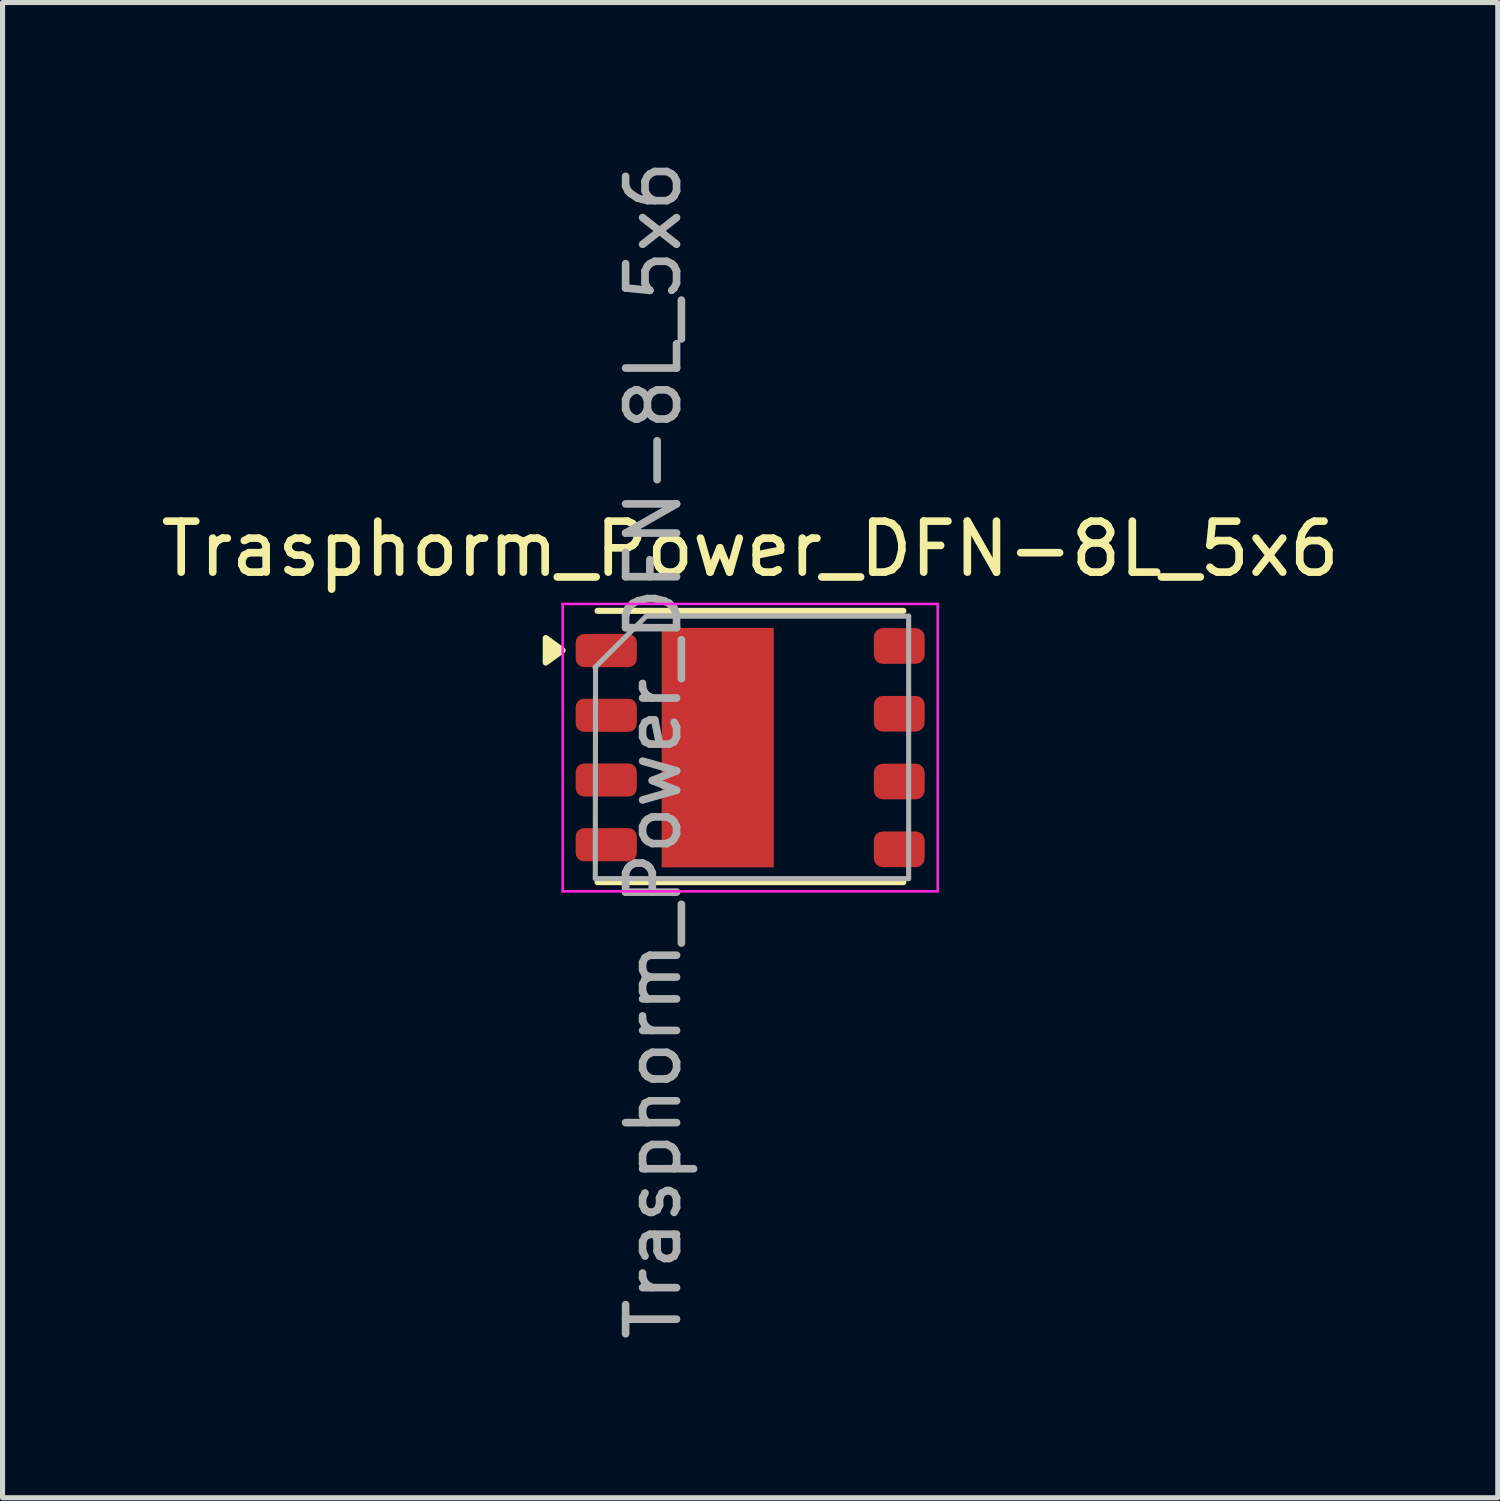
<source format=kicad_pcb>
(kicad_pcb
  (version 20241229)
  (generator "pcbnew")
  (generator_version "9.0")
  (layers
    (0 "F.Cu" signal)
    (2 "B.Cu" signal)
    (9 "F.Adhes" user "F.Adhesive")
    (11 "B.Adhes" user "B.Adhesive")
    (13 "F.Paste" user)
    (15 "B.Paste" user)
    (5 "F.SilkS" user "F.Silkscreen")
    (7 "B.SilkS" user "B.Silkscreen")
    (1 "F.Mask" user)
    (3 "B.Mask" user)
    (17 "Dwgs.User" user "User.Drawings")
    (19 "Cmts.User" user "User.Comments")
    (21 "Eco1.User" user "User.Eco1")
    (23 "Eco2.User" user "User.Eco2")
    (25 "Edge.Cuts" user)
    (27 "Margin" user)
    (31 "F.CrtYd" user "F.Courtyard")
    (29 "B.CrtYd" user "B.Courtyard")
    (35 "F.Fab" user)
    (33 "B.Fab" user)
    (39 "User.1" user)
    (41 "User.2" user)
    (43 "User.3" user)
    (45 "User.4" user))
  (footprint "Trasphorm_Power_DFN-8L_5x6"
    (layer "F.Cu")
    (at 11.673 11.623)
    (property "Reference" "Trasphorm_Power_DFN-8L_5x6" (at 0 -3.9 0) (layer "F.SilkS") (effects (font (size 1 1) (thickness 0.15))))
    (attr smd)
    (fp_line (start 3.005 -2.685) (end -2.995 -2.685) (stroke (width 0.12) (type solid)) (layer "F.SilkS"))
    (fp_line (start 3.005 2.64) (end -2.995 2.64) (stroke (width 0.12) (type solid)) (layer "F.SilkS"))
    (fp_poly (pts (xy -3.682 -1.91) (xy -4.012 -1.67) (xy -4.012 -2.15) (xy -3.682 -1.91)) (stroke (width 0.12) (type solid)) (fill yes) (layer "F.SilkS"))
    (fp_line (start -3.68 -2.82) (end 3.68 -2.82) (stroke (width 0.05) (type solid)) (layer "F.CrtYd"))
    (fp_line (start -3.68 2.82) (end -3.68 -2.82) (stroke (width 0.05) (type solid)) (layer "F.CrtYd"))
    (fp_line (start 3.68 -2.82) (end 3.68 2.82) (stroke (width 0.05) (type solid)) (layer "F.CrtYd"))
    (fp_line (start 3.68 2.82) (end -3.68 2.82) (stroke (width 0.05) (type solid)) (layer "F.CrtYd"))
    (fp_line (start -3.035 -1.57) (end -3.04 2.56) (stroke (width 0.1) (type solid)) (layer "F.Fab"))
    (fp_line (start -2.045 -2.575) (end -3.045 -1.575) (stroke (width 0.1) (type solid)) (layer "F.Fab"))
    (fp_line (start -2.04 -2.58) (end 3.11 -2.58) (stroke (width 0.1) (type solid)) (layer "F.Fab"))
    (fp_line (start 3.11 -2.58) (end 3.11 2.57) (stroke (width 0.1) (type solid)) (layer "F.Fab"))
    (fp_line (start 3.11 2.57) (end -3.04 2.57) (stroke (width 0.1) (type solid)) (layer "F.Fab"))
    (fp_text user "${REFERENCE}" (at -1.9 0.05 90) (layer "F.Fab") (effects (font (size 1 1) (thickness 0.15))))
    (pad "" smd rect (at -1.2 -1.725) (size 0.9 0.9) (layers "F.Paste"))
    (pad "" smd rect (at -1.2 -0.575) (size 0.9 0.9) (layers "F.Paste"))
    (pad "" smd rect (at -1.2 0.575) (size 0.9 0.9) (layers "F.Paste"))
    (pad "" smd rect (at -1.2 1.725) (size 0.9 0.9) (layers "F.Paste"))
    (pad "" smd rect (at -0.1 -1.725) (size 0.9 0.9) (layers "F.Paste"))
    (pad "" smd rect (at -0.1 -0.575) (size 0.9 0.9) (layers "F.Paste"))
    (pad "" smd rect (at -0.1 0.575) (size 0.9 0.9) (layers "F.Paste"))
    (pad "" smd rect (at -0.1 1.725) (size 0.9 0.9) (layers "F.Paste"))
    (pad "0" smd rect (at -0.637 0) (size 2.2 4.7) (layers "F.Cu" "F.Mask"))
    (pad "1" smd roundrect (at -2.825 -1.905) (size 1.2 0.65) (layers "F.Cu" "F.Mask" "F.Paste") (roundrect_rratio 0.25))
    (pad "2" smd roundrect (at -2.825 -0.635) (size 1.2 0.65) (layers "F.Cu" "F.Mask" "F.Paste") (roundrect_rratio 0.25))
    (pad "3" smd roundrect (at -2.825 0.635) (size 1.2 0.65) (layers "F.Cu" "F.Mask" "F.Paste") (roundrect_rratio 0.25))
    (pad "4" smd roundrect (at -2.825 1.905) (size 1.2 0.65) (layers "F.Cu" "F.Mask" "F.Paste") (roundrect_rratio 0.25))
    (pad "5" smd roundrect (at 2.925 1.995) (size 1 0.7) (layers "F.Cu" "F.Mask" "F.Paste") (roundrect_rratio 0.25))
    (pad "6" smd roundrect (at 2.925 0.665) (size 1 0.7) (layers "F.Cu" "F.Mask" "F.Paste") (roundrect_rratio 0.25))
    (pad "7" smd roundrect (at 2.925 -0.665) (size 1 0.7) (layers "F.Cu" "F.Mask" "F.Paste") (roundrect_rratio 0.25))
    (pad "8" smd roundrect (at 2.925 -1.995) (size 1 0.7) (layers "F.Cu" "F.Mask" "F.Paste") (roundrect_rratio 0.25)))
  (gr_rect
    (start -3 -3)
    (end 26.345 26.345)
    (stroke (width 0.1) (type default))
    (fill no)
    (layer "Edge.Cuts")))
</source>
